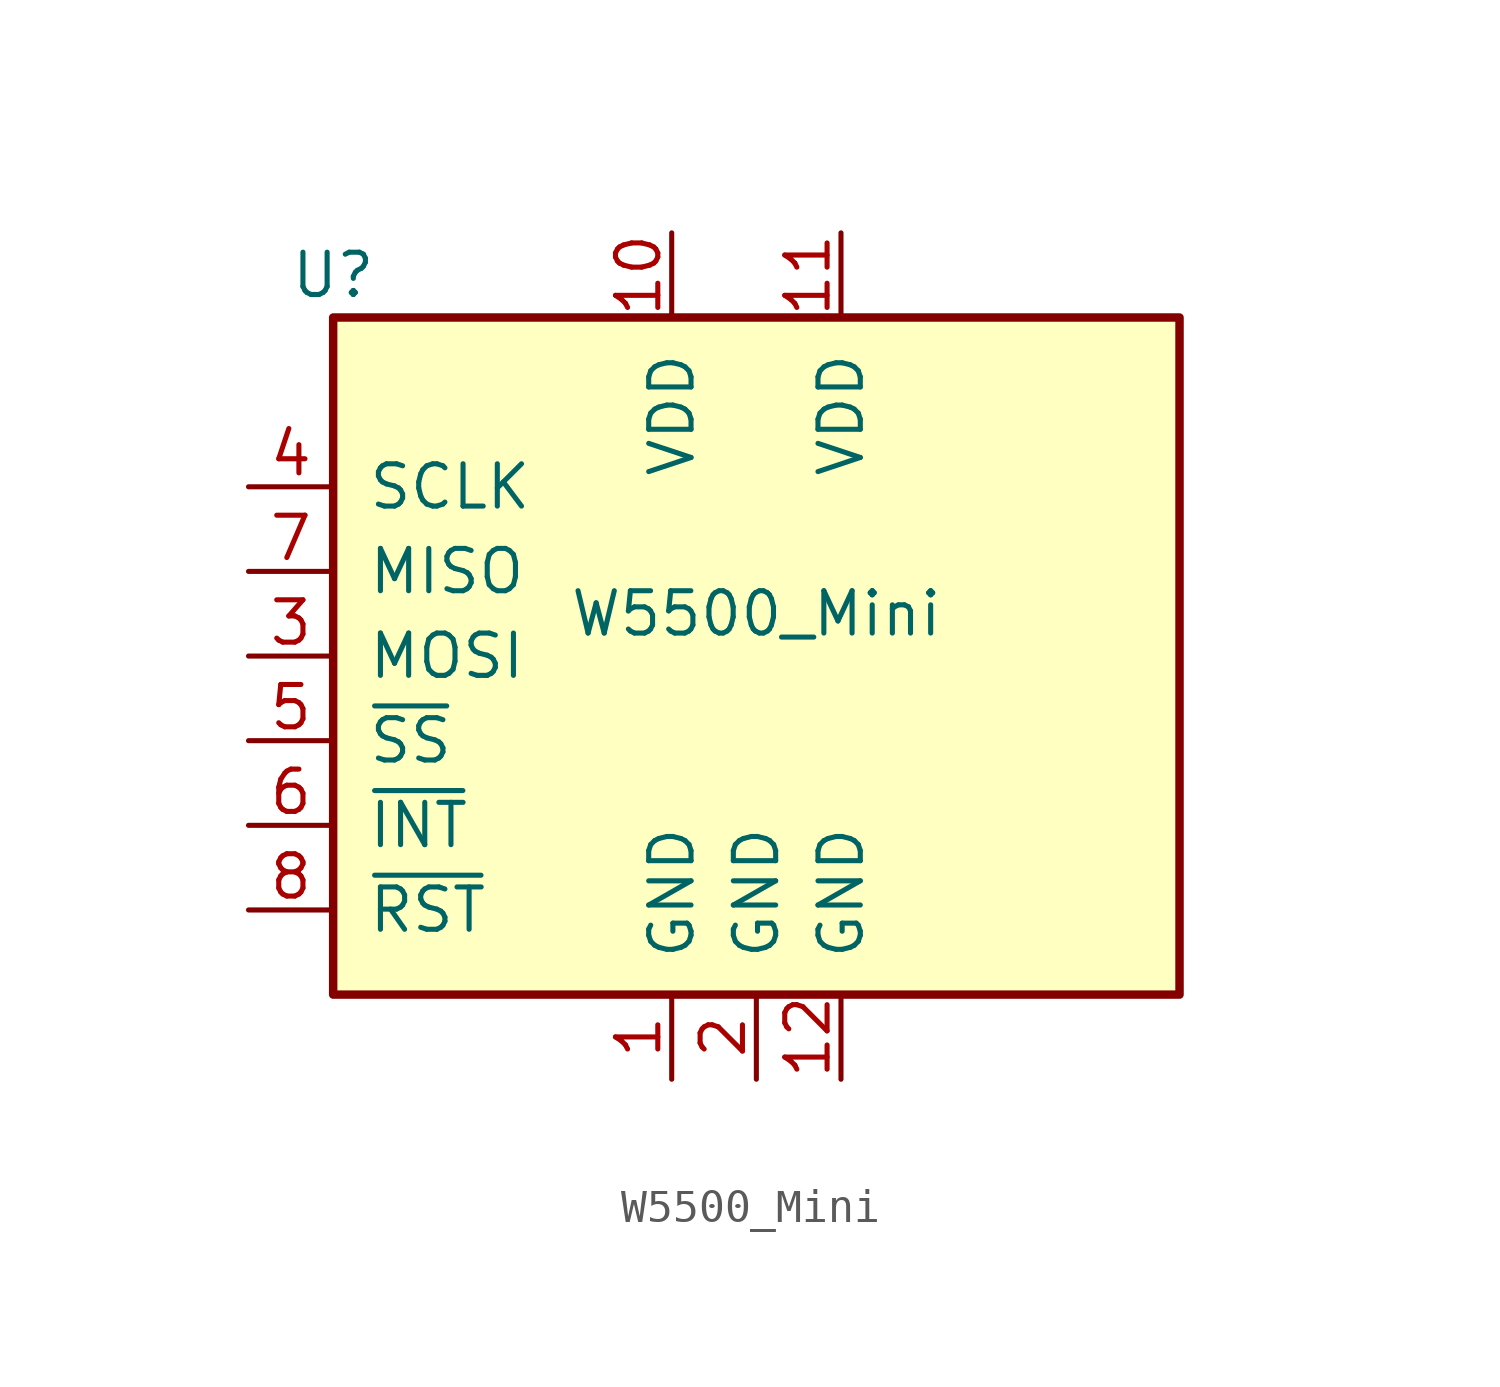
<source format=kicad_sym>
(kicad_symbol_lib
  (version 20211014)
  (generator kicad_symbol_editor)
  (symbol "W5500_Mini"
    (pin_names
      (offset 1.016))
    (property "Reference" "U"
      (at -12.7 12.7 0)
      (effects (font (size 1.27 1.27))))
    (property "Value" "W5500_Mini"
      (at 0 2.54 0)
      (effects (font (size 1.27 1.27))))
    (symbol "W5500_Mini_0_1"
      (rectangle (start -12.7 11.43) (end 12.7 -8.89) (stroke (width 0.254) (type default) (color 0 0 0 0)) (fill (type background))))
    (symbol "W5500_Mini_1_1"
      (pin power_in line (at -2.54 -11.43 90) (length 2.54) (name "GND" (effects (font (size 1.27 1.27)))) (number "1" (effects (font (size 1.27 1.27)))))
      (pin power_in line (at -2.54 13.97 270) (length 2.54) (name "VDD" (effects (font (size 1.27 1.27)))) (number "10" (effects (font (size 1.27 1.27)))))
      (pin power_in line (at 2.54 13.97 270) (length 2.54) (name "VDD" (effects (font (size 1.27 1.27)))) (number "11" (effects (font (size 1.27 1.27)))))
      (pin power_in line (at 2.54 -11.43 90) (length 2.54) (name "GND" (effects (font (size 1.27 1.27)))) (number "12" (effects (font (size 1.27 1.27)))))
      (pin power_in line (at 0 -11.43 90) (length 2.54) (name "GND" (effects (font (size 1.27 1.27)))) (number "2" (effects (font (size 1.27 1.27)))))
      (pin input line (at -15.24 1.27 0) (length 2.54) (name "MOSI" (effects (font (size 1.27 1.27)))) (number "3" (effects (font (size 1.27 1.27)))))
      (pin input line (at -15.24 6.35 0) (length 2.54) (name "SCLK" (effects (font (size 1.27 1.27)))) (number "4" (effects (font (size 1.27 1.27)))))
      (pin input line (at -15.24 -1.27 0) (length 2.54) (name "~{SS}" (effects (font (size 1.27 1.27)))) (number "5" (effects (font (size 1.27 1.27)))))
      (pin input line (at -15.24 -3.81 0) (length 2.54) (name "~{INT}" (effects (font (size 1.27 1.27)))) (number "6" (effects (font (size 1.27 1.27)))))
      (pin output line (at -15.24 3.81 0) (length 2.54) (name "MISO" (effects (font (size 1.27 1.27)))) (number "7" (effects (font (size 1.27 1.27)))))
      (pin input line (at -15.24 -6.35 0) (length 2.54) (name "~{RST}" (effects (font (size 1.27 1.27)))) (number "8" (effects (font (size 1.27 1.27)))))
      (pin no_connect line (at 15.24 6.35 180) (length 2.54) hide (name "NC" (effects (font (size 1.27 1.27)))) (number "9" (effects (font (size 1.27 1.27))))))))
</source>
